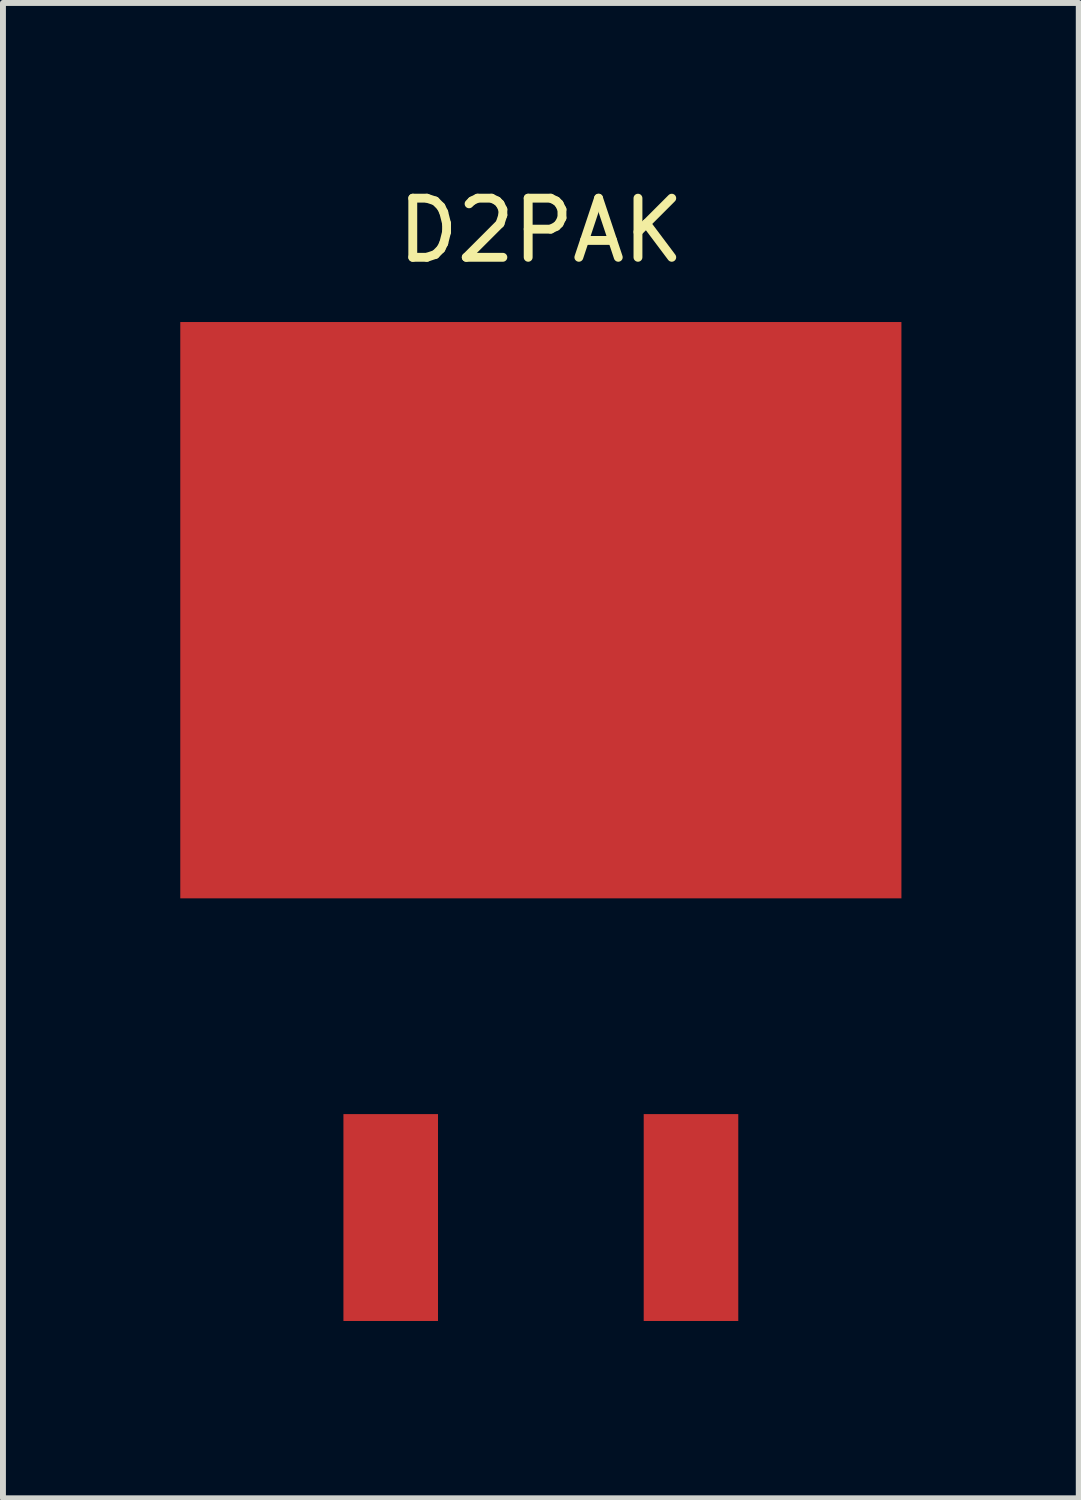
<source format=kicad_pcb>
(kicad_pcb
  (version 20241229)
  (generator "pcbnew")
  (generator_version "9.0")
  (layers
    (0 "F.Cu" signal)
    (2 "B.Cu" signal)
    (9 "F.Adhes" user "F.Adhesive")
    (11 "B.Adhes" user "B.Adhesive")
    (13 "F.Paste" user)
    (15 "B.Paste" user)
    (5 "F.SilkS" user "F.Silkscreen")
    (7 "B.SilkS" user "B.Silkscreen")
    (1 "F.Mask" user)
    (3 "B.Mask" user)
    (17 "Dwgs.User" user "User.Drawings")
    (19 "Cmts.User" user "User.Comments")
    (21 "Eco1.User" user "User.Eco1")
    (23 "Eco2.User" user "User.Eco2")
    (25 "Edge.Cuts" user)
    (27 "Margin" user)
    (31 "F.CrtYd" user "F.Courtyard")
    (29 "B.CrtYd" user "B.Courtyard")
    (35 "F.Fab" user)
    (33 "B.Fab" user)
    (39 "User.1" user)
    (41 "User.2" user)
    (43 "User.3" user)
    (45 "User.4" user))
  (footprint "D2PAK"
    (layer "F.Cu")
    (at 6.1 10.848)
    (property "Reference" "D2PAK" (at 0 -10 0) (layer "F.SilkS") (effects (font (size 1 1) (thickness 0.15))))
    (attr through_hole)
    (pad "1" smd rect (at -2.54 8.45) (size 1.6 3.5) (drill (offset 0 -1.75)) (layers "F.Cu" "F.Mask" "F.Paste"))
    (pad "2" smd rect (at -6.1 -8.45) (size 12.2 9.75) (drill (offset 6.1 4.875)) (layers "F.Cu" "F.Mask" "F.Paste"))
    (pad "3" smd rect (at 2.54 8.45) (size 1.6 3.5) (drill (offset 0 -1.75)) (layers "F.Cu" "F.Mask" "F.Paste")))
  (gr_rect
    (start -3 -3)
    (end 15.2 22.298)
    (stroke (width 0.1) (type default))
    (fill no)
    (layer "Edge.Cuts")))
</source>
